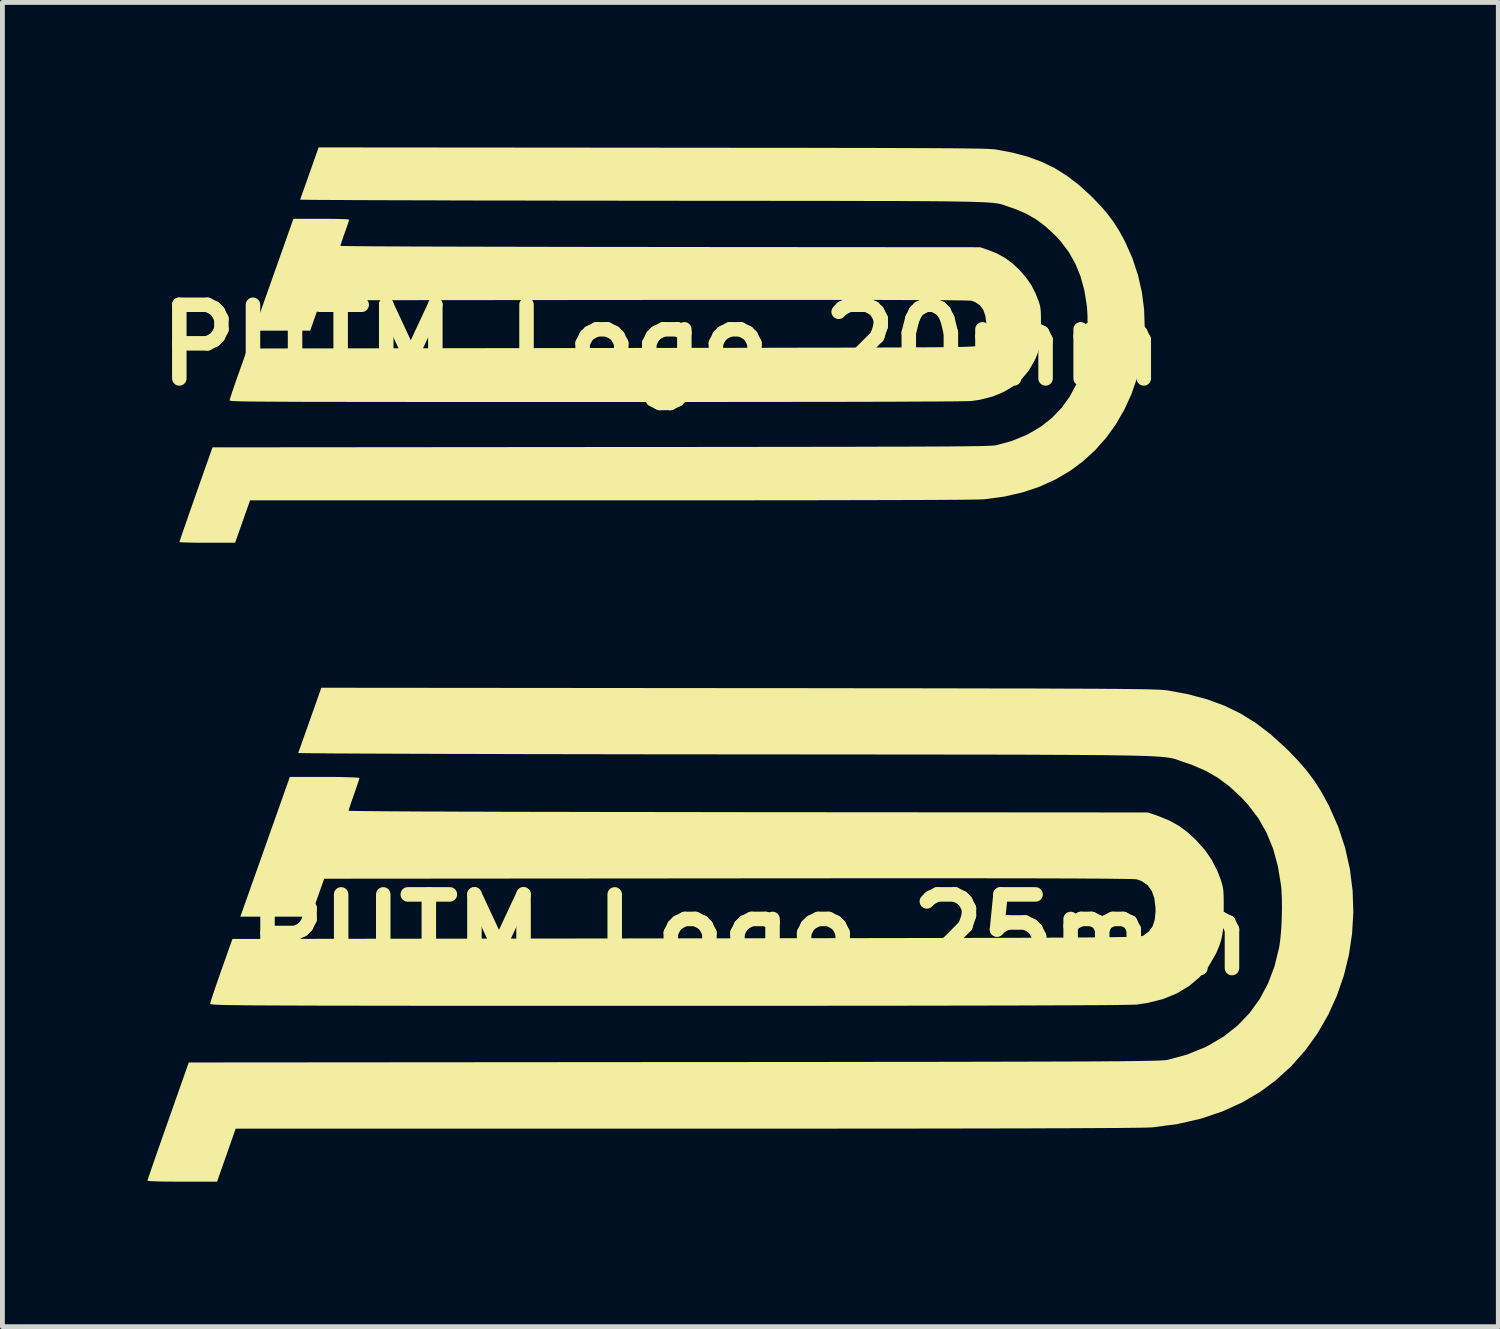
<source format=kicad_pcb>
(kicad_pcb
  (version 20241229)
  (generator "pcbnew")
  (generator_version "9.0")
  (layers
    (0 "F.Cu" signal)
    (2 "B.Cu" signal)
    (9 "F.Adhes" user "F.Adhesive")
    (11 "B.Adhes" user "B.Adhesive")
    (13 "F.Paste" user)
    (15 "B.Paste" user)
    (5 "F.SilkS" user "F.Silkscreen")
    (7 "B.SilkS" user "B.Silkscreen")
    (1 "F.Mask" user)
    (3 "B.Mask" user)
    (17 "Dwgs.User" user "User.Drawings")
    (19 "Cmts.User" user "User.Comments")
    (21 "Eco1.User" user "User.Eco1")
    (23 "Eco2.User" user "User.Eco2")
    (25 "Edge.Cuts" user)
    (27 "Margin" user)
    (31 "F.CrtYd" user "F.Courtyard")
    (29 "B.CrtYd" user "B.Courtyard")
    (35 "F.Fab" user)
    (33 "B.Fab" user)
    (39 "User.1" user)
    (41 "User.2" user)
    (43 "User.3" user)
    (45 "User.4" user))
  (footprint "PUTM_Logo_25mm"
    (layer "F.Cu")
    (at 12.464 16.292)
    (property "Reference" "PUTM_Logo_25mm" (at 0 0 0) (layer "F.SilkS") (effects (font (size 1.524 1.524) (thickness 0.3))))
    (attr board_only exclude_from_pos_files exclude_from_bom allow_missing_courtyard)
    (fp_poly (pts (xy -8.612 -3.265) (xy -8.445 -3.263) (xy -8.302 -3.259) (xy -8.189 -3.255) (xy -8.112 -3.25) (xy -8.077 -3.245) (xy -8.076 -3.243) (xy -8.084 -3.213) (xy -8.106 -3.145) (xy -8.138 -3.049) (xy -8.178 -2.934) (xy -8.188 -2.905) (xy -8.23 -2.787) (xy -8.264 -2.685) (xy -8.289 -2.61) (xy -8.3 -2.569) (xy -8.3 -2.566) (xy -8.276 -2.564) (xy -8.202 -2.562) (xy -8.081 -2.56) (xy -7.913 -2.558) (xy -7.7 -2.556) (xy -7.442 -2.554) (xy -7.142 -2.552) (xy -6.798 -2.55) (xy -6.414 -2.549) (xy -5.99 -2.547) (xy -5.527 -2.546) (xy -5.026 -2.544) (xy -4.488 -2.543) (xy -3.915 -2.542) (xy -3.307 -2.541) (xy -2.665 -2.539) (xy -1.991 -2.539) (xy -1.286 -2.538) (xy -0.551 -2.537) (xy -0.031 -2.536) (xy 8.238 -2.53) (xy 8.438 -2.462) (xy 8.676 -2.366) (xy 8.884 -2.251) (xy 9.076 -2.107) (xy 9.235 -1.958) (xy 9.417 -1.756) (xy 9.559 -1.55) (xy 9.674 -1.326) (xy 9.739 -1.159) (xy 9.764 -1.084) (xy 9.782 -1.019) (xy 9.795 -0.953) (xy 9.803 -0.877) (xy 9.807 -0.78) (xy 9.808 -0.651) (xy 9.808 -0.523) (xy 9.806 -0.32) (xy 9.798 -0.156) (xy 9.782 -0.018) (xy 9.757 0.104) (xy 9.719 0.222) (xy 9.667 0.347) (xy 9.637 0.411) (xy 9.491 0.661) (xy 9.308 0.879) (xy 9.089 1.064) (xy 8.835 1.215) (xy 8.549 1.332) (xy 8.231 1.412) (xy 8.018 1.444) (xy 7.974 1.447) (xy 7.89 1.449) (xy 7.766 1.451) (xy 7.601 1.454) (xy 7.395 1.456) (xy 7.146 1.458) (xy 6.855 1.459) (xy 6.521 1.461) (xy 6.144 1.462) (xy 5.722 1.464) (xy 5.256 1.465) (xy 4.745 1.466) (xy 4.189 1.467) (xy 3.587 1.468) (xy 2.938 1.469) (xy 2.242 1.469) (xy 1.499 1.47) (xy 0.707 1.47) (xy -0.132 1.47) (xy -1.021 1.471) (xy -1.694 1.471) (xy -2.512 1.471) (xy -3.282 1.471) (xy -4.005 1.471) (xy -4.682 1.47) (xy -5.315 1.47) (xy -5.906 1.47) (xy -6.456 1.47) (xy -6.966 1.47) (xy -7.439 1.469) (xy -7.874 1.469) (xy -8.275 1.468) (xy -8.641 1.468) (xy -8.976 1.467) (xy -9.28 1.466) (xy -9.554 1.465) (xy -9.801 1.464) (xy -10.021 1.463) (xy -10.217 1.462) (xy -10.389 1.461) (xy -10.539 1.459) (xy -10.669 1.457) (xy -10.779 1.456) (xy -10.873 1.454) (xy -10.95 1.451) (xy -11.012 1.449) (xy -11.062 1.447) (xy -11.1 1.444) (xy -11.127 1.441) (xy -11.146 1.438) (xy -11.158 1.435) (xy -11.164 1.431) (xy -11.166 1.427) (xy -11.166 1.427) (xy -11.157 1.393) (xy -11.134 1.318) (xy -11.098 1.21) (xy -11.052 1.074) (xy -10.998 0.917) (xy -10.938 0.746) (xy -10.934 0.735) (xy -10.704 0.087) (xy -1.32 0.075) (xy -0.505 0.074) (xy 0.262 0.073) (xy 0.982 0.072) (xy 1.656 0.071) (xy 2.287 0.07) (xy 2.875 0.069) (xy 3.422 0.068) (xy 3.93 0.067) (xy 4.4 0.066) (xy 4.833 0.065) (xy 5.231 0.064) (xy 5.596 0.063) (xy 5.929 0.061) (xy 6.231 0.06) (xy 6.504 0.059) (xy 6.75 0.057) (xy 6.969 0.056) (xy 7.164 0.054) (xy 7.336 0.053) (xy 7.487 0.051) (xy 7.617 0.049) (xy 7.728 0.047) (xy 7.823 0.045) (xy 7.901 0.042) (xy 7.966 0.04) (xy 8.018 0.037) (xy 8.058 0.035) (xy 8.089 0.031) (xy 8.112 0.028) (xy 8.128 0.025) (xy 8.138 0.021) (xy 8.142 0.02) (xy 8.255 -0.063) (xy 8.334 -0.169) (xy 8.38 -0.305) (xy 8.397 -0.475) (xy 8.395 -0.57) (xy 8.371 -0.76) (xy 8.317 -0.911) (xy 8.233 -1.025) (xy 8.116 -1.107) (xy 8.014 -1.145) (xy 7.99 -1.148) (xy 7.939 -1.151) (xy 7.86 -1.153) (xy 7.751 -1.155) (xy 7.611 -1.157) (xy 7.44 -1.159) (xy 7.236 -1.161) (xy 6.998 -1.162) (xy 6.725 -1.164) (xy 6.416 -1.165) (xy 6.07 -1.166) (xy 5.685 -1.167) (xy 5.262 -1.167) (xy 4.798 -1.168) (xy 4.293 -1.168) (xy 3.746 -1.168) (xy 3.155 -1.168) (xy 2.519 -1.168) (xy 1.838 -1.168) (xy 1.11 -1.167) (xy 0.335 -1.167) (xy -0.446 -1.166) (xy -8.806 -1.159) (xy -9.083 -0.374) (xy -10.542 -0.374) (xy -10.508 -0.467) (xy -10.491 -0.515) (xy -10.459 -0.605) (xy -10.415 -0.729) (xy -10.36 -0.884) (xy -10.297 -1.063) (xy -10.226 -1.261) (xy -10.151 -1.473) (xy -10.073 -1.694) (xy -9.994 -1.917) (xy -9.916 -2.138) (xy -9.84 -2.351) (xy -9.77 -2.55) (xy -9.706 -2.731) (xy -9.65 -2.887) (xy -9.606 -3.013) (xy -9.573 -3.105) (xy -9.556 -3.155) (xy -9.554 -3.159) (xy -9.517 -3.265) (xy -8.797 -3.265)) (stroke (width 0) (type solid)) (fill yes) (layer "F.SilkS"))
    (fp_poly (pts (xy -0.239 -5.103) (xy 0.545 -5.103) (xy 1.281 -5.102) (xy 1.97 -5.101) (xy 2.614 -5.1) (xy 3.214 -5.1) (xy 3.772 -5.099) (xy 4.29 -5.098) (xy 4.769 -5.097) (xy 5.211 -5.096) (xy 5.617 -5.096) (xy 5.989 -5.095) (xy 6.328 -5.093) (xy 6.637 -5.092) (xy 6.916 -5.091) (xy 7.167 -5.09) (xy 7.393 -5.088) (xy 7.593 -5.087) (xy 7.77 -5.085) (xy 7.926 -5.083) (xy 8.062 -5.081) (xy 8.18 -5.079) (xy 8.28 -5.077) (xy 8.366 -5.074) (xy 8.438 -5.071) (xy 8.498 -5.069) (xy 8.547 -5.066) (xy 8.588 -5.062) (xy 8.621 -5.059) (xy 8.648 -5.055) (xy 8.651 -5.055) (xy 9.077 -4.975) (xy 9.465 -4.871) (xy 9.822 -4.74) (xy 10.155 -4.578) (xy 10.471 -4.382) (xy 10.778 -4.148) (xy 11.083 -3.872) (xy 11.143 -3.814) (xy 11.354 -3.594) (xy 11.532 -3.387) (xy 11.687 -3.179) (xy 11.827 -2.959) (xy 11.962 -2.712) (xy 11.989 -2.658) (xy 12.177 -2.235) (xy 12.319 -1.801) (xy 12.419 -1.358) (xy 12.475 -0.912) (xy 12.49 -0.464) (xy 12.464 -0.02) (xy 12.398 0.419) (xy 12.293 0.847) (xy 12.149 1.262) (xy 11.968 1.661) (xy 11.75 2.038) (xy 11.496 2.392) (xy 11.207 2.718) (xy 10.884 3.013) (xy 10.573 3.244) (xy 10.189 3.471) (xy 9.774 3.659) (xy 9.332 3.807) (xy 8.863 3.915) (xy 8.37 3.982) (xy 8.318 3.987) (xy 8.263 3.989) (xy 8.165 3.992) (xy 8.022 3.994) (xy 7.836 3.996) (xy 7.604 3.999) (xy 7.328 4) (xy 7.006 4.002) (xy 6.638 4.004) (xy 6.225 4.005) (xy 5.765 4.007) (xy 5.258 4.008) (xy 4.705 4.009) (xy 4.104 4.01) (xy 3.456 4.011) (xy 2.759 4.012) (xy 2.015 4.012) (xy 1.221 4.013) (xy 0.379 4.013) (xy -0.512 4.013) (xy -1.319 4.013) (xy -10.637 4.013) (xy -10.83 4.562) (xy -11.023 5.11) (xy -11.743 5.11) (xy -11.927 5.109) (xy -12.093 5.108) (xy -12.236 5.105) (xy -12.35 5.101) (xy -12.427 5.097) (xy -12.462 5.092) (xy -12.464 5.091) (xy -12.456 5.065) (xy -12.433 4.996) (xy -12.396 4.889) (xy -12.348 4.748) (xy -12.289 4.578) (xy -12.221 4.384) (xy -12.146 4.169) (xy -12.065 3.939) (xy -12.036 3.858) (xy -11.608 2.643) (xy -1.573 2.635) (xy -0.726 2.635) (xy 0.072 2.634) (xy 0.824 2.633) (xy 1.529 2.633) (xy 2.191 2.632) (xy 2.81 2.631) (xy 3.388 2.631) (xy 3.926 2.63) (xy 4.426 2.629) (xy 4.889 2.628) (xy 5.316 2.627) (xy 5.71 2.626) (xy 6.071 2.625) (xy 6.401 2.624) (xy 6.701 2.623) (xy 6.973 2.622) (xy 7.218 2.621) (xy 7.438 2.619) (xy 7.634 2.618) (xy 7.808 2.616) (xy 7.96 2.614) (xy 8.093 2.612) (xy 8.208 2.61) (xy 8.306 2.608) (xy 8.389 2.606) (xy 8.458 2.604) (xy 8.515 2.601) (xy 8.561 2.598) (xy 8.597 2.595) (xy 8.626 2.592) (xy 8.647 2.589) (xy 8.655 2.587) (xy 9.044 2.481) (xy 9.417 2.33) (xy 9.497 2.29) (xy 9.815 2.101) (xy 10.098 1.876) (xy 10.345 1.618) (xy 10.554 1.328) (xy 10.726 1.006) (xy 10.859 0.653) (xy 10.953 0.271) (xy 10.956 0.259) (xy 10.979 0.094) (xy 10.997 -0.105) (xy 11.008 -0.323) (xy 11.013 -0.547) (xy 11.011 -0.759) (xy 11.001 -0.946) (xy 10.994 -1.021) (xy 10.929 -1.416) (xy 10.831 -1.776) (xy 10.696 -2.106) (xy 10.525 -2.409) (xy 10.314 -2.688) (xy 10.17 -2.843) (xy 9.932 -3.064) (xy 9.693 -3.243) (xy 9.442 -3.389) (xy 9.165 -3.509) (xy 9.004 -3.565) (xy 8.962 -3.579) (xy 8.925 -3.592) (xy 8.891 -3.605) (xy 8.859 -3.616) (xy 8.828 -3.627) (xy 8.795 -3.637) (xy 8.759 -3.647) (xy 8.718 -3.655) (xy 8.672 -3.663) (xy 8.618 -3.671) (xy 8.554 -3.677) (xy 8.48 -3.684) (xy 8.394 -3.689) (xy 8.293 -3.695) (xy 8.178 -3.699) (xy 8.045 -3.703) (xy 7.893 -3.707) (xy 7.721 -3.71) (xy 7.528 -3.713) (xy 7.311 -3.716) (xy 7.069 -3.718) (xy 6.801 -3.72) (xy 6.504 -3.722) (xy 6.178 -3.723) (xy 5.821 -3.725) (xy 5.431 -3.726) (xy 5.007 -3.727) (xy 4.546 -3.727) (xy 4.049 -3.728) (xy 3.512 -3.729) (xy 2.934 -3.729) (xy 2.314 -3.73) (xy 1.651 -3.73) (xy 0.942 -3.731) (xy 0.186 -3.731) (xy -0.494 -3.732) (xy -1.156 -3.733) (xy -1.804 -3.733) (xy -2.438 -3.734) (xy -3.055 -3.735) (xy -3.654 -3.736) (xy -4.233 -3.737) (xy -4.791 -3.738) (xy -5.325 -3.74) (xy -5.834 -3.741) (xy -6.315 -3.742) (xy -6.768 -3.744) (xy -7.19 -3.745) (xy -7.58 -3.747) (xy -7.936 -3.748) (xy -8.256 -3.75) (xy -8.538 -3.751) (xy -8.781 -3.753) (xy -8.983 -3.755) (xy -9.142 -3.756) (xy -9.256 -3.758) (xy -9.324 -3.759) (xy -9.343 -3.761) (xy -9.333 -3.789) (xy -9.308 -3.858) (xy -9.272 -3.961) (xy -9.225 -4.094) (xy -9.17 -4.248) (xy -9.11 -4.419) (xy -9.1 -4.446) (xy -8.865 -5.111)) (stroke (width 0) (type solid)) (fill yes) (layer "F.SilkS")))
  (footprint "PUTM_Logo_20mm"
    (layer "F.Cu")
    (at 10.639 4.091)
    (property "Reference" "PUTM_Logo_20mm" (at 0 0 0) (layer "F.SilkS") (effects (font (size 1.524 1.524) (thickness 0.3))))
    (attr board_only exclude_from_pos_files exclude_from_bom allow_missing_courtyard)
    (fp_poly (pts (xy -6.893 -2.613) (xy -6.76 -2.612) (xy -6.645 -2.609) (xy -6.555 -2.606) (xy -6.493 -2.602) (xy -6.466 -2.597) (xy -6.465 -2.596) (xy -6.471 -2.572) (xy -6.488 -2.517) (xy -6.514 -2.44) (xy -6.546 -2.348) (xy -6.555 -2.326) (xy -6.588 -2.231) (xy -6.615 -2.15) (xy -6.635 -2.089) (xy -6.644 -2.057) (xy -6.644 -2.054) (xy -6.624 -2.052) (xy -6.566 -2.051) (xy -6.469 -2.049) (xy -6.334 -2.047) (xy -6.164 -2.046) (xy -5.957 -2.044) (xy -5.717 -2.043) (xy -5.442 -2.042) (xy -5.134 -2.04) (xy -4.795 -2.039) (xy -4.424 -2.038) (xy -4.023 -2.037) (xy -3.592 -2.036) (xy -3.133 -2.035) (xy -2.647 -2.034) (xy -2.133 -2.033) (xy -1.594 -2.032) (xy -1.03 -2.031) (xy -0.441 -2.031) (xy -0.025 -2.03) (xy 6.594 -2.025) (xy 6.754 -1.97) (xy 6.945 -1.894) (xy 7.111 -1.802) (xy 7.265 -1.687) (xy 7.393 -1.568) (xy 7.538 -1.405) (xy 7.652 -1.241) (xy 7.743 -1.062) (xy 7.795 -0.928) (xy 7.816 -0.868) (xy 7.831 -0.815) (xy 7.84 -0.763) (xy 7.847 -0.702) (xy 7.85 -0.624) (xy 7.851 -0.521) (xy 7.851 -0.419) (xy 7.85 -0.256) (xy 7.843 -0.125) (xy 7.831 -0.014) (xy 7.81 0.083) (xy 7.78 0.178) (xy 7.738 0.278) (xy 7.714 0.329) (xy 7.598 0.529) (xy 7.451 0.704) (xy 7.276 0.852) (xy 7.073 0.973) (xy 6.843 1.066) (xy 6.589 1.131) (xy 6.418 1.156) (xy 6.383 1.158) (xy 6.316 1.16) (xy 6.217 1.162) (xy 6.085 1.164) (xy 5.919 1.165) (xy 5.72 1.167) (xy 5.487 1.168) (xy 5.22 1.169) (xy 4.918 1.171) (xy 4.58 1.172) (xy 4.207 1.173) (xy 3.798 1.174) (xy 3.353 1.174) (xy 2.871 1.175) (xy 2.352 1.176) (xy 1.795 1.176) (xy 1.2 1.177) (xy 0.566 1.177) (xy -0.106 1.177) (xy -0.817 1.177) (xy -1.356 1.177) (xy -2.011 1.177) (xy -2.627 1.177) (xy -3.206 1.177) (xy -3.748 1.177) (xy -4.255 1.177) (xy -4.728 1.177) (xy -5.168 1.177) (xy -5.576 1.176) (xy -5.954 1.176) (xy -6.303 1.176) (xy -6.624 1.175) (xy -6.917 1.175) (xy -7.185 1.174) (xy -7.428 1.174) (xy -7.648 1.173) (xy -7.845 1.172) (xy -8.022 1.171) (xy -8.178 1.17) (xy -8.316 1.169) (xy -8.436 1.168) (xy -8.54 1.167) (xy -8.629 1.165) (xy -8.703 1.164) (xy -8.765 1.162) (xy -8.815 1.16) (xy -8.855 1.158) (xy -8.885 1.156) (xy -8.907 1.153) (xy -8.922 1.151) (xy -8.932 1.148) (xy -8.936 1.145) (xy -8.938 1.142) (xy -8.938 1.142) (xy -8.931 1.115) (xy -8.912 1.055) (xy -8.884 0.968) (xy -8.847 0.86) (xy -8.804 0.734) (xy -8.755 0.597) (xy -8.752 0.589) (xy -8.568 0.07) (xy -1.057 0.06) (xy -0.404 0.059) (xy 0.21 0.058) (xy 0.786 0.057) (xy 1.326 0.057) (xy 1.83 0.056) (xy 2.301 0.055) (xy 2.739 0.054) (xy 3.146 0.053) (xy 3.522 0.053) (xy 3.869 0.052) (xy 4.187 0.051) (xy 4.479 0.05) (xy 4.746 0.049) (xy 4.988 0.048) (xy 5.206 0.047) (xy 5.403 0.046) (xy 5.579 0.045) (xy 5.735 0.044) (xy 5.872 0.042) (xy 5.993 0.041) (xy 6.097 0.039) (xy 6.186 0.038) (xy 6.262 0.036) (xy 6.325 0.034) (xy 6.376 0.032) (xy 6.418 0.03) (xy 6.45 0.028) (xy 6.475 0.025) (xy 6.493 0.023) (xy 6.506 0.02) (xy 6.514 0.017) (xy 6.517 0.016) (xy 6.608 -0.05) (xy 6.671 -0.135) (xy 6.708 -0.244) (xy 6.722 -0.38) (xy 6.72 -0.456) (xy 6.7 -0.608) (xy 6.658 -0.729) (xy 6.59 -0.821) (xy 6.497 -0.886) (xy 6.415 -0.917) (xy 6.396 -0.919) (xy 6.355 -0.921) (xy 6.292 -0.923) (xy 6.204 -0.925) (xy 6.093 -0.926) (xy 5.955 -0.928) (xy 5.792 -0.929) (xy 5.601 -0.93) (xy 5.383 -0.931) (xy 5.136 -0.932) (xy 4.859 -0.933) (xy 4.551 -0.934) (xy 4.212 -0.934) (xy 3.841 -0.935) (xy 3.437 -0.935) (xy 2.998 -0.935) (xy 2.525 -0.935) (xy 2.017 -0.935) (xy 1.471 -0.935) (xy 0.889 -0.935) (xy 0.268 -0.934) (xy -0.357 -0.934) (xy -7.049 -0.928) (xy -7.16 -0.614) (xy -7.271 -0.299) (xy -8.438 -0.299) (xy -8.411 -0.374) (xy -8.398 -0.413) (xy -8.372 -0.484) (xy -8.337 -0.584) (xy -8.293 -0.707) (xy -8.242 -0.851) (xy -8.186 -1.01) (xy -8.126 -1.179) (xy -8.063 -1.356) (xy -8 -1.535) (xy -7.937 -1.711) (xy -7.877 -1.882) (xy -7.82 -2.041) (xy -7.769 -2.186) (xy -7.725 -2.311) (xy -7.689 -2.412) (xy -7.663 -2.485) (xy -7.649 -2.526) (xy -7.648 -2.529) (xy -7.618 -2.614) (xy -7.041 -2.614)) (stroke (width 0) (type solid)) (fill yes) (layer "F.SilkS"))
    (fp_poly (pts (xy -0.191 -4.085) (xy 0.437 -4.084) (xy 1.025 -4.084) (xy 1.577 -4.083) (xy 2.092 -4.083) (xy 2.573 -4.082) (xy 3.02 -4.082) (xy 3.434 -4.081) (xy 3.818 -4.08) (xy 4.171 -4.08) (xy 4.496 -4.079) (xy 4.794 -4.078) (xy 5.066 -4.077) (xy 5.313 -4.076) (xy 5.536 -4.075) (xy 5.737 -4.074) (xy 5.917 -4.073) (xy 6.078 -4.072) (xy 6.22 -4.07) (xy 6.345 -4.069) (xy 6.453 -4.067) (xy 6.548 -4.066) (xy 6.628 -4.064) (xy 6.697 -4.062) (xy 6.754 -4.06) (xy 6.802 -4.057) (xy 6.842 -4.055) (xy 6.874 -4.052) (xy 6.901 -4.049) (xy 6.923 -4.046) (xy 6.925 -4.046) (xy 7.266 -3.982) (xy 7.577 -3.899) (xy 7.862 -3.794) (xy 8.129 -3.665) (xy 8.382 -3.508) (xy 8.628 -3.321) (xy 8.872 -3.1) (xy 8.92 -3.053) (xy 9.089 -2.877) (xy 9.231 -2.711) (xy 9.355 -2.545) (xy 9.467 -2.368) (xy 9.575 -2.171) (xy 9.597 -2.128) (xy 9.747 -1.789) (xy 9.861 -1.441) (xy 9.941 -1.087) (xy 9.986 -0.73) (xy 9.998 -0.372) (xy 9.977 -0.016) (xy 9.924 0.335) (xy 9.84 0.678) (xy 9.725 1.011) (xy 9.58 1.329) (xy 9.405 1.632) (xy 9.202 1.915) (xy 8.971 2.176) (xy 8.712 2.412) (xy 8.464 2.596) (xy 8.156 2.778) (xy 7.824 2.929) (xy 7.47 3.048) (xy 7.095 3.134) (xy 6.7 3.188) (xy 6.658 3.191) (xy 6.614 3.193) (xy 6.536 3.195) (xy 6.422 3.197) (xy 6.272 3.199) (xy 6.087 3.201) (xy 5.866 3.202) (xy 5.608 3.204) (xy 5.314 3.205) (xy 4.983 3.206) (xy 4.615 3.207) (xy 4.209 3.208) (xy 3.766 3.209) (xy 3.285 3.21) (xy 2.766 3.211) (xy 2.209 3.211) (xy 1.613 3.212) (xy 0.978 3.212) (xy 0.304 3.212) (xy -0.41 3.212) (xy -1.056 3.212) (xy -8.514 3.212) (xy -8.824 4.09) (xy -9.4 4.09) (xy -9.547 4.09) (xy -9.68 4.088) (xy -9.795 4.086) (xy -9.886 4.083) (xy -9.948 4.08) (xy -9.976 4.076) (xy -9.977 4.075) (xy -9.971 4.054) (xy -9.952 3.999) (xy -9.923 3.913) (xy -9.884 3.801) (xy -9.837 3.665) (xy -9.783 3.509) (xy -9.722 3.337) (xy -9.658 3.153) (xy -9.635 3.088) (xy -9.292 2.116) (xy -1.259 2.109) (xy -0.581 2.109) (xy 0.058 2.108) (xy 0.659 2.108) (xy 1.224 2.107) (xy 1.754 2.107) (xy 2.249 2.106) (xy 2.712 2.106) (xy 3.143 2.105) (xy 3.543 2.104) (xy 3.913 2.104) (xy 4.256 2.103) (xy 4.571 2.102) (xy 4.86 2.102) (xy 5.124 2.101) (xy 5.364 2.1) (xy 5.582 2.099) (xy 5.778 2.098) (xy 5.954 2.097) (xy 6.111 2.095) (xy 6.25 2.094) (xy 6.372 2.093) (xy 6.478 2.091) (xy 6.57 2.09) (xy 6.649 2.088) (xy 6.715 2.086) (xy 6.771 2.084) (xy 6.816 2.082) (xy 6.853 2.08) (xy 6.882 2.077) (xy 6.905 2.075) (xy 6.922 2.072) (xy 6.928 2.071) (xy 7.24 1.986) (xy 7.538 1.865) (xy 7.602 1.833) (xy 7.857 1.682) (xy 8.083 1.502) (xy 8.281 1.295) (xy 8.448 1.063) (xy 8.586 0.805) (xy 8.693 0.523) (xy 8.768 0.217) (xy 8.77 0.207) (xy 8.788 0.075) (xy 8.802 -0.084) (xy 8.812 -0.259) (xy 8.816 -0.437) (xy 8.814 -0.608) (xy 8.806 -0.758) (xy 8.8 -0.817) (xy 8.749 -1.133) (xy 8.67 -1.422) (xy 8.562 -1.686) (xy 8.425 -1.928) (xy 8.256 -2.151) (xy 8.141 -2.276) (xy 7.95 -2.452) (xy 7.759 -2.596) (xy 7.558 -2.713) (xy 7.336 -2.809) (xy 7.208 -2.854) (xy 7.174 -2.865) (xy 7.144 -2.876) (xy 7.117 -2.885) (xy 7.092 -2.895) (xy 7.066 -2.903) (xy 7.04 -2.911) (xy 7.011 -2.919) (xy 6.979 -2.926) (xy 6.941 -2.932) (xy 6.898 -2.938) (xy 6.847 -2.944) (xy 6.788 -2.949) (xy 6.719 -2.953) (xy 6.639 -2.957) (xy 6.546 -2.961) (xy 6.439 -2.964) (xy 6.318 -2.967) (xy 6.181 -2.97) (xy 6.026 -2.972) (xy 5.852 -2.975) (xy 5.659 -2.976) (xy 5.444 -2.978) (xy 5.207 -2.979) (xy 4.946 -2.981) (xy 4.66 -2.982) (xy 4.347 -2.982) (xy 4.008 -2.983) (xy 3.639 -2.984) (xy 3.241 -2.984) (xy 2.811 -2.985) (xy 2.349 -2.985) (xy 1.852 -2.986) (xy 1.321 -2.986) (xy 0.754 -2.986) (xy 0.149 -2.987) (xy -0.396 -2.987) (xy -0.925 -2.988) (xy -1.444 -2.988) (xy -1.951 -2.989) (xy -2.446 -2.99) (xy -2.925 -2.991) (xy -3.389 -2.992) (xy -3.835 -2.992) (xy -4.262 -2.993) (xy -4.67 -2.995) (xy -5.055 -2.996) (xy -5.418 -2.997) (xy -5.756 -2.998) (xy -6.068 -2.999) (xy -6.353 -3) (xy -6.609 -3.002) (xy -6.835 -3.003) (xy -7.029 -3.004) (xy -7.191 -3.005) (xy -7.318 -3.007) (xy -7.409 -3.008) (xy -7.463 -3.009) (xy -7.479 -3.01) (xy -7.471 -3.033) (xy -7.451 -3.088) (xy -7.422 -3.171) (xy -7.384 -3.277) (xy -7.34 -3.4) (xy -7.292 -3.537) (xy -7.284 -3.559) (xy -7.096 -4.091)) (stroke (width 0) (type solid)) (fill yes) (layer "F.SilkS")))
  (gr_rect
    (start -3 -3)
    (end 27.954 24.402)
    (stroke (width 0.1) (type default))
    (fill no)
    (layer "Edge.Cuts")))
</source>
